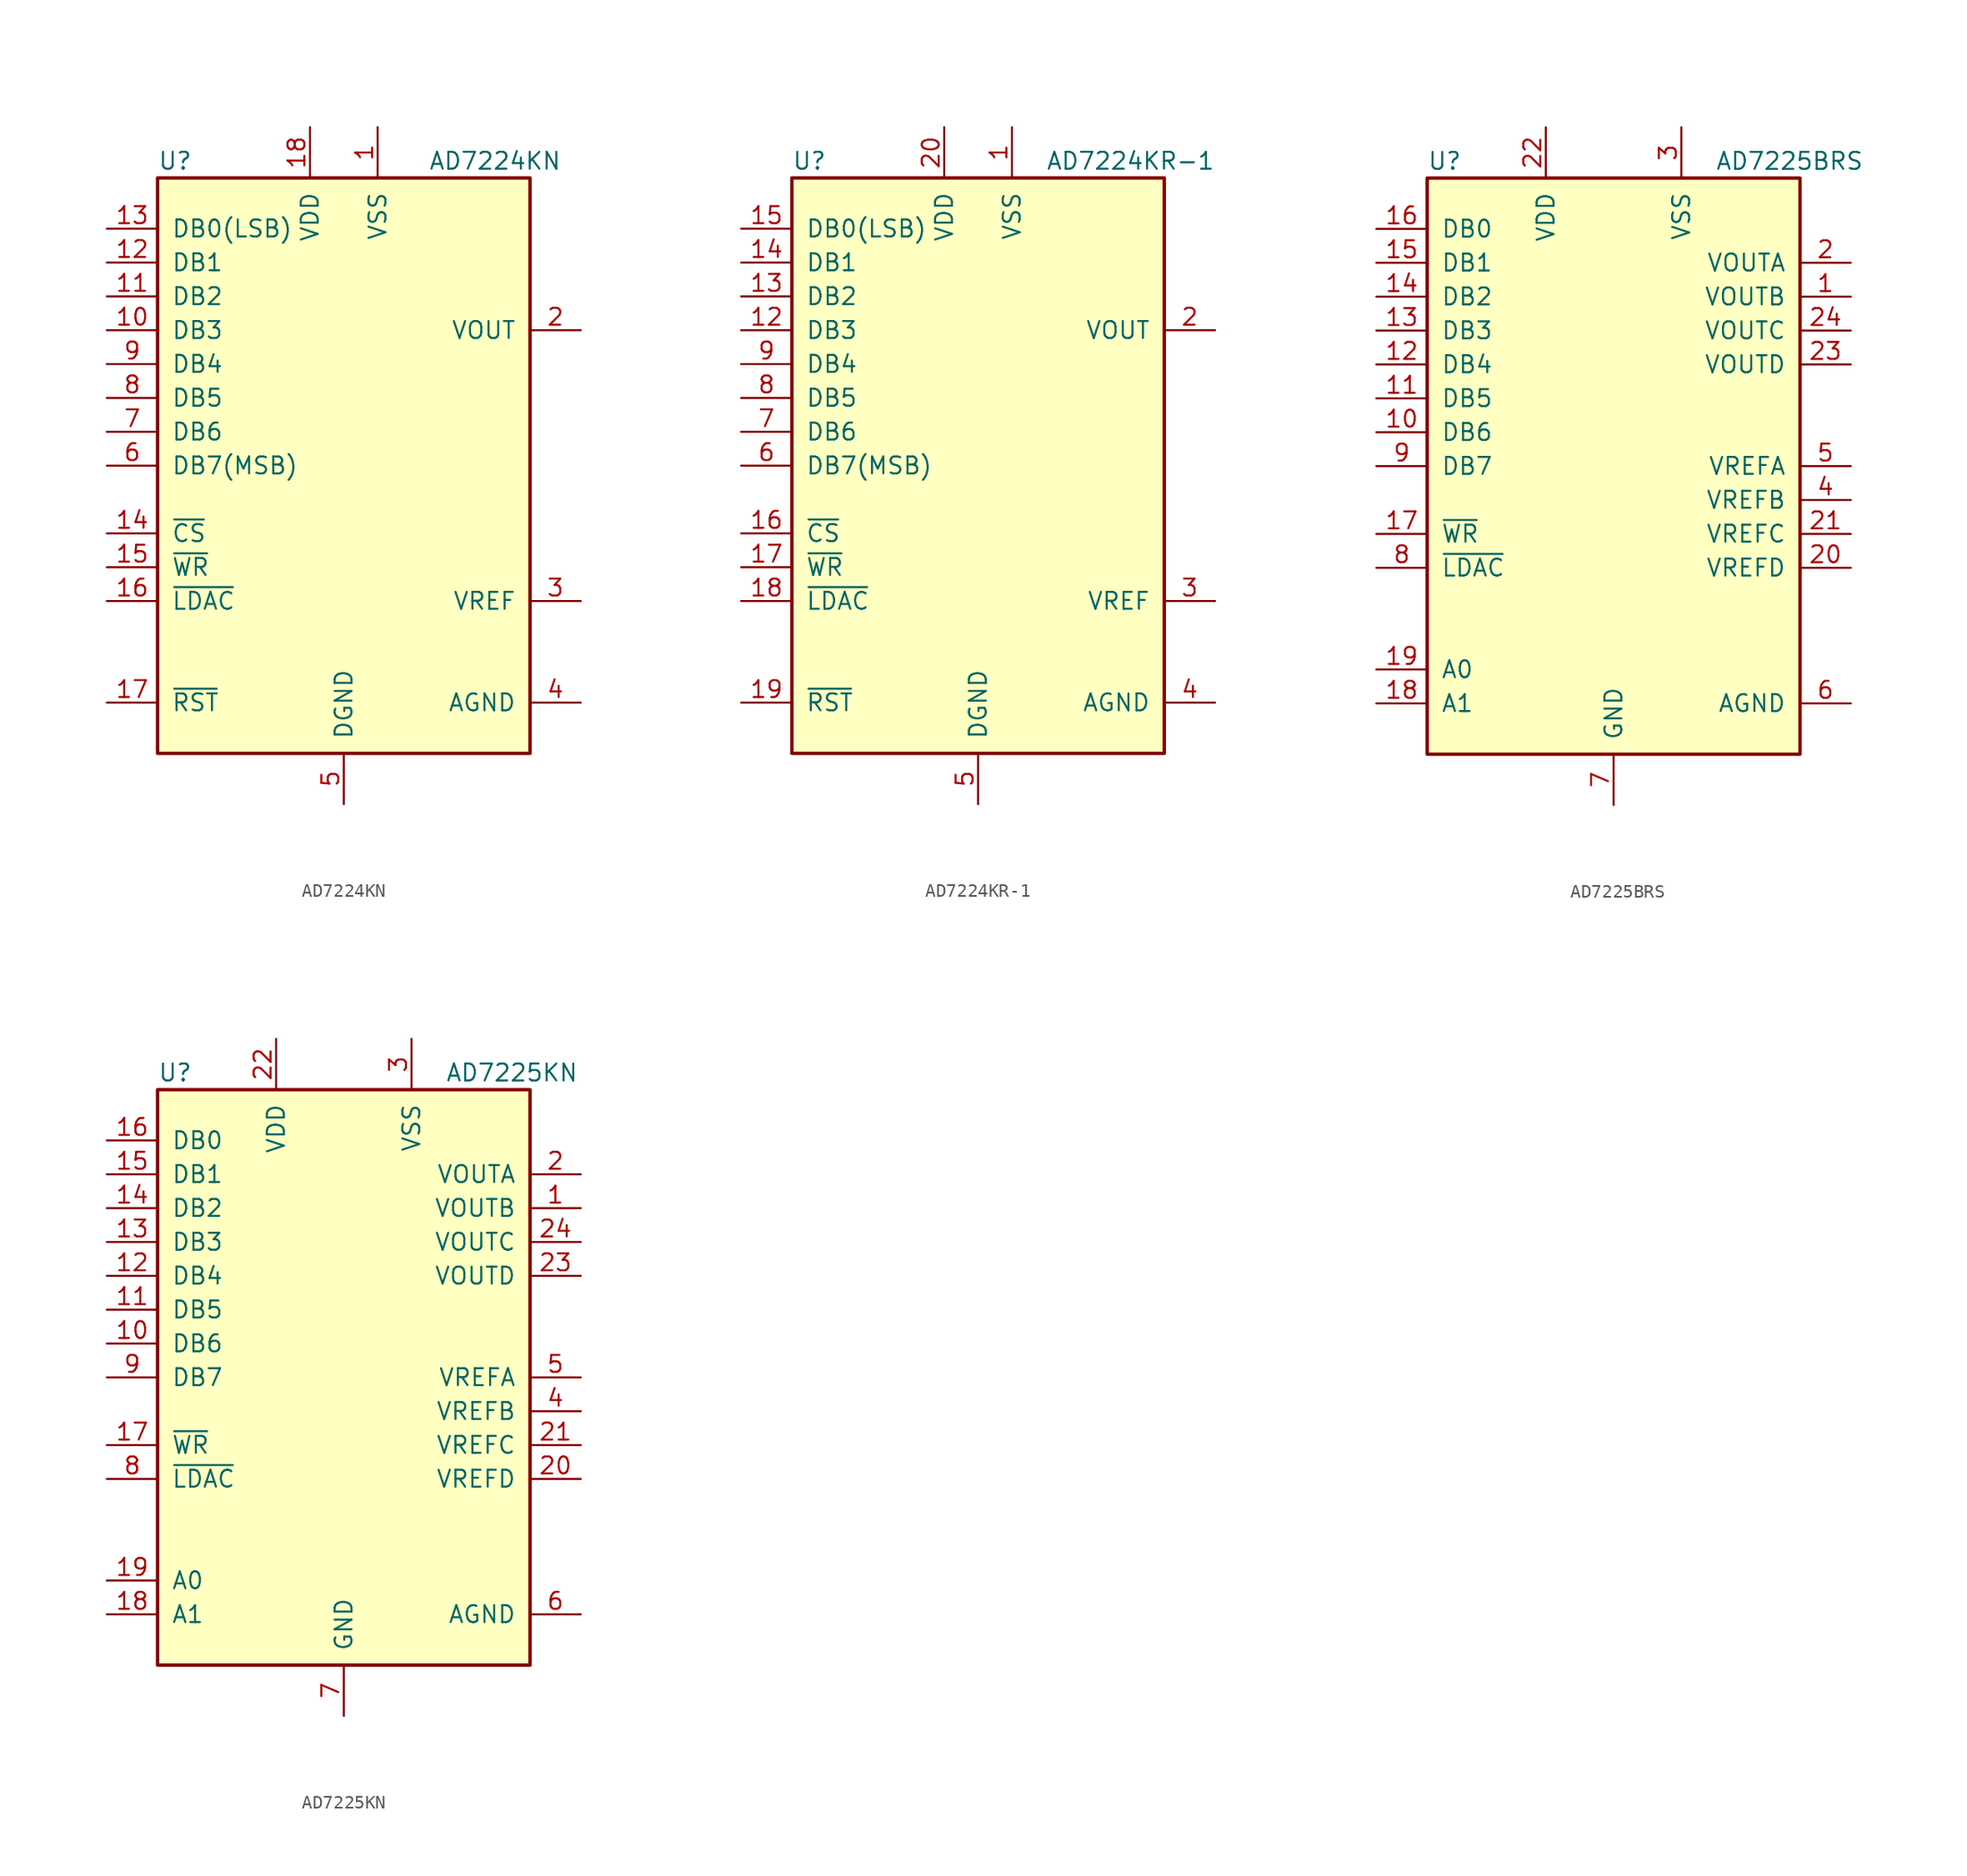
<source format=kicad_sym>
(kicad_symbol_lib
  (version 20201005)
  (generator kicad_symbol_editor)
  (symbol "Analog_DAC:AD7224KN"
    (pin_names
      (offset 1.016))
    (property "Reference" "U"
      (at -13.97 22.86 0)
      (effects (font (size 1.27 1.27)) (justify left)))
    (property "Value" "AD7224KN"
      (at 6.35 22.86 0)
      (effects (font (size 1.27 1.27)) (justify left)))
    (symbol "AD7224KN_1_1"
      (rectangle (start -13.97 -21.59) (end 13.97 21.59) (stroke (width 0.254)) (fill (type background)))
      (pin power_in line (at 2.54 25.4 270) (length 3.81) (name "VSS" (effects (font (size 1.27 1.27)))) (number "1" (effects (font (size 1.27 1.27)))))
      (pin input line (at -17.78 10.16 0) (length 3.81) (name "DB3" (effects (font (size 1.27 1.27)))) (number "10" (effects (font (size 1.27 1.27)))))
      (pin input line (at -17.78 12.7 0) (length 3.81) (name "DB2" (effects (font (size 1.27 1.27)))) (number "11" (effects (font (size 1.27 1.27)))))
      (pin input line (at -17.78 15.24 0) (length 3.81) (name "DB1" (effects (font (size 1.27 1.27)))) (number "12" (effects (font (size 1.27 1.27)))))
      (pin input line (at -17.78 17.78 0) (length 3.81) (name "DB0(LSB)" (effects (font (size 1.27 1.27)))) (number "13" (effects (font (size 1.27 1.27)))))
      (pin input line (at -17.78 -5.08 0) (length 3.81) (name "~CS" (effects (font (size 1.27 1.27)))) (number "14" (effects (font (size 1.27 1.27)))))
      (pin input line (at -17.78 -7.62 0) (length 3.81) (name "~WR" (effects (font (size 1.27 1.27)))) (number "15" (effects (font (size 1.27 1.27)))))
      (pin input line (at -17.78 -10.16 0) (length 3.81) (name "~LDAC" (effects (font (size 1.27 1.27)))) (number "16" (effects (font (size 1.27 1.27)))))
      (pin input line (at -17.78 -17.78 0) (length 3.81) (name "~RST" (effects (font (size 1.27 1.27)))) (number "17" (effects (font (size 1.27 1.27)))))
      (pin power_in line (at -2.54 25.4 270) (length 3.81) (name "VDD" (effects (font (size 1.27 1.27)))) (number "18" (effects (font (size 1.27 1.27)))))
      (pin output line (at 17.78 10.16 180) (length 3.81) (name "VOUT" (effects (font (size 1.27 1.27)))) (number "2" (effects (font (size 1.27 1.27)))))
      (pin passive line (at 17.78 -10.16 180) (length 3.81) (name "VREF" (effects (font (size 1.27 1.27)))) (number "3" (effects (font (size 1.27 1.27)))))
      (pin passive line (at 17.78 -17.78 180) (length 3.81) (name "AGND" (effects (font (size 1.27 1.27)))) (number "4" (effects (font (size 1.27 1.27)))))
      (pin power_in line (at 0 -25.4 90) (length 3.81) (name "DGND" (effects (font (size 1.27 1.27)))) (number "5" (effects (font (size 1.27 1.27)))))
      (pin input line (at -17.78 0 0) (length 3.81) (name "DB7(MSB)" (effects (font (size 1.27 1.27)))) (number "6" (effects (font (size 1.27 1.27)))))
      (pin input line (at -17.78 2.54 0) (length 3.81) (name "DB6" (effects (font (size 1.27 1.27)))) (number "7" (effects (font (size 1.27 1.27)))))
      (pin input line (at -17.78 5.08 0) (length 3.81) (name "DB5" (effects (font (size 1.27 1.27)))) (number "8" (effects (font (size 1.27 1.27)))))
      (pin input line (at -17.78 7.62 0) (length 3.81) (name "DB4" (effects (font (size 1.27 1.27)))) (number "9" (effects (font (size 1.27 1.27)))))))
  (symbol "Analog_DAC:AD7224KR-1"
    (pin_names
      (offset 1.016))
    (property "Reference" "U"
      (at -13.97 22.86 0)
      (effects (font (size 1.27 1.27)) (justify left)))
    (property "Value" "AD7224KR-1"
      (at 5.08 22.86 0)
      (effects (font (size 1.27 1.27)) (justify left)))
    (symbol "AD7224KR-1_1_1"
      (rectangle (start -13.97 -21.59) (end 13.97 21.59) (stroke (width 0.254)) (fill (type background)))
      (pin power_in line (at 2.54 25.4 270) (length 3.81) (name "VSS" (effects (font (size 1.27 1.27)))) (number "1" (effects (font (size 1.27 1.27)))))
      (pin input line (at -17.78 10.16 0) (length 3.81) (name "DB3" (effects (font (size 1.27 1.27)))) (number "12" (effects (font (size 1.27 1.27)))))
      (pin input line (at -17.78 12.7 0) (length 3.81) (name "DB2" (effects (font (size 1.27 1.27)))) (number "13" (effects (font (size 1.27 1.27)))))
      (pin input line (at -17.78 15.24 0) (length 3.81) (name "DB1" (effects (font (size 1.27 1.27)))) (number "14" (effects (font (size 1.27 1.27)))))
      (pin input line (at -17.78 17.78 0) (length 3.81) (name "DB0(LSB)" (effects (font (size 1.27 1.27)))) (number "15" (effects (font (size 1.27 1.27)))))
      (pin input line (at -17.78 -5.08 0) (length 3.81) (name "~CS" (effects (font (size 1.27 1.27)))) (number "16" (effects (font (size 1.27 1.27)))))
      (pin input line (at -17.78 -7.62 0) (length 3.81) (name "~WR" (effects (font (size 1.27 1.27)))) (number "17" (effects (font (size 1.27 1.27)))))
      (pin input line (at -17.78 -10.16 0) (length 3.81) (name "~LDAC" (effects (font (size 1.27 1.27)))) (number "18" (effects (font (size 1.27 1.27)))))
      (pin input line (at -17.78 -17.78 0) (length 3.81) (name "~RST" (effects (font (size 1.27 1.27)))) (number "19" (effects (font (size 1.27 1.27)))))
      (pin output line (at 17.78 10.16 180) (length 3.81) (name "VOUT" (effects (font (size 1.27 1.27)))) (number "2" (effects (font (size 1.27 1.27)))))
      (pin power_in line (at -2.54 25.4 270) (length 3.81) (name "VDD" (effects (font (size 1.27 1.27)))) (number "20" (effects (font (size 1.27 1.27)))))
      (pin passive line (at 17.78 -10.16 180) (length 3.81) (name "VREF" (effects (font (size 1.27 1.27)))) (number "3" (effects (font (size 1.27 1.27)))))
      (pin passive line (at 17.78 -17.78 180) (length 3.81) (name "AGND" (effects (font (size 1.27 1.27)))) (number "4" (effects (font (size 1.27 1.27)))))
      (pin power_in line (at 0 -25.4 90) (length 3.81) (name "DGND" (effects (font (size 1.27 1.27)))) (number "5" (effects (font (size 1.27 1.27)))))
      (pin input line (at -17.78 0 0) (length 3.81) (name "DB7(MSB)" (effects (font (size 1.27 1.27)))) (number "6" (effects (font (size 1.27 1.27)))))
      (pin input line (at -17.78 2.54 0) (length 3.81) (name "DB6" (effects (font (size 1.27 1.27)))) (number "7" (effects (font (size 1.27 1.27)))))
      (pin input line (at -17.78 5.08 0) (length 3.81) (name "DB5" (effects (font (size 1.27 1.27)))) (number "8" (effects (font (size 1.27 1.27)))))
      (pin input line (at -17.78 7.62 0) (length 3.81) (name "DB4" (effects (font (size 1.27 1.27)))) (number "9" (effects (font (size 1.27 1.27)))))))
  (symbol "Analog_DAC:AD7225BRS"
    (pin_names
      (offset 1.016))
    (property "Reference" "U"
      (at -13.97 22.86 0)
      (effects (font (size 1.27 1.27)) (justify left)))
    (property "Value" "AD7225BRS"
      (at 7.62 22.86 0)
      (effects (font (size 1.27 1.27)) (justify left)))
    (symbol "AD7225BRS_0_1"
      (rectangle (start -13.97 -21.59) (end 13.97 21.59) (stroke (width 0.254)) (fill (type background))))
    (symbol "AD7225BRS_1_1"
      (pin output line (at 17.78 12.7 180) (length 3.81) (name "VOUTB" (effects (font (size 1.27 1.27)))) (number "1" (effects (font (size 1.27 1.27)))))
      (pin input line (at -17.78 2.54 0) (length 3.81) (name "DB6" (effects (font (size 1.27 1.27)))) (number "10" (effects (font (size 1.27 1.27)))))
      (pin input line (at -17.78 5.08 0) (length 3.81) (name "DB5" (effects (font (size 1.27 1.27)))) (number "11" (effects (font (size 1.27 1.27)))))
      (pin input line (at -17.78 7.62 0) (length 3.81) (name "DB4" (effects (font (size 1.27 1.27)))) (number "12" (effects (font (size 1.27 1.27)))))
      (pin input line (at -17.78 10.16 0) (length 3.81) (name "DB3" (effects (font (size 1.27 1.27)))) (number "13" (effects (font (size 1.27 1.27)))))
      (pin input line (at -17.78 12.7 0) (length 3.81) (name "DB2" (effects (font (size 1.27 1.27)))) (number "14" (effects (font (size 1.27 1.27)))))
      (pin input line (at -17.78 15.24 0) (length 3.81) (name "DB1" (effects (font (size 1.27 1.27)))) (number "15" (effects (font (size 1.27 1.27)))))
      (pin input line (at -17.78 17.78 0) (length 3.81) (name "DB0" (effects (font (size 1.27 1.27)))) (number "16" (effects (font (size 1.27 1.27)))))
      (pin input line (at -17.78 -5.08 0) (length 3.81) (name "~WR" (effects (font (size 1.27 1.27)))) (number "17" (effects (font (size 1.27 1.27)))))
      (pin input line (at -17.78 -17.78 0) (length 3.81) (name "A1" (effects (font (size 1.27 1.27)))) (number "18" (effects (font (size 1.27 1.27)))))
      (pin input line (at -17.78 -15.24 0) (length 3.81) (name "A0" (effects (font (size 1.27 1.27)))) (number "19" (effects (font (size 1.27 1.27)))))
      (pin output line (at 17.78 15.24 180) (length 3.81) (name "VOUTA" (effects (font (size 1.27 1.27)))) (number "2" (effects (font (size 1.27 1.27)))))
      (pin input line (at 17.78 -7.62 180) (length 3.81) (name "VREFD" (effects (font (size 1.27 1.27)))) (number "20" (effects (font (size 1.27 1.27)))))
      (pin input line (at 17.78 -5.08 180) (length 3.81) (name "VREFC" (effects (font (size 1.27 1.27)))) (number "21" (effects (font (size 1.27 1.27)))))
      (pin power_in line (at -5.08 25.4 270) (length 3.81) (name "VDD" (effects (font (size 1.27 1.27)))) (number "22" (effects (font (size 1.27 1.27)))))
      (pin output line (at 17.78 7.62 180) (length 3.81) (name "VOUTD" (effects (font (size 1.27 1.27)))) (number "23" (effects (font (size 1.27 1.27)))))
      (pin output line (at 17.78 10.16 180) (length 3.81) (name "VOUTC" (effects (font (size 1.27 1.27)))) (number "24" (effects (font (size 1.27 1.27)))))
      (pin power_in line (at 5.08 25.4 270) (length 3.81) (name "VSS" (effects (font (size 1.27 1.27)))) (number "3" (effects (font (size 1.27 1.27)))))
      (pin input line (at 17.78 -2.54 180) (length 3.81) (name "VREFB" (effects (font (size 1.27 1.27)))) (number "4" (effects (font (size 1.27 1.27)))))
      (pin input line (at 17.78 0 180) (length 3.81) (name "VREFA" (effects (font (size 1.27 1.27)))) (number "5" (effects (font (size 1.27 1.27)))))
      (pin input line (at 17.78 -17.78 180) (length 3.81) (name "AGND" (effects (font (size 1.27 1.27)))) (number "6" (effects (font (size 1.27 1.27)))))
      (pin power_in line (at 0 -25.4 90) (length 3.81) (name "GND" (effects (font (size 1.27 1.27)))) (number "7" (effects (font (size 1.27 1.27)))))
      (pin input line (at -17.78 -7.62 0) (length 3.81) (name "~LDAC" (effects (font (size 1.27 1.27)))) (number "8" (effects (font (size 1.27 1.27)))))
      (pin input line (at -17.78 0 0) (length 3.81) (name "DB7" (effects (font (size 1.27 1.27)))) (number "9" (effects (font (size 1.27 1.27)))))))
  (symbol "Analog_DAC:AD7225KN"
    (pin_names
      (offset 1.016))
    (property "Reference" "U"
      (at -13.97 22.86 0)
      (effects (font (size 1.27 1.27)) (justify left)))
    (property "Value" "AD7225KN"
      (at 7.62 22.86 0)
      (effects (font (size 1.27 1.27)) (justify left)))
    (symbol "AD7225KN_0_1"
      (rectangle (start -13.97 -21.59) (end 13.97 21.59) (stroke (width 0.254)) (fill (type background))))
    (symbol "AD7225KN_1_1"
      (pin output line (at 17.78 12.7 180) (length 3.81) (name "VOUTB" (effects (font (size 1.27 1.27)))) (number "1" (effects (font (size 1.27 1.27)))))
      (pin input line (at -17.78 2.54 0) (length 3.81) (name "DB6" (effects (font (size 1.27 1.27)))) (number "10" (effects (font (size 1.27 1.27)))))
      (pin input line (at -17.78 5.08 0) (length 3.81) (name "DB5" (effects (font (size 1.27 1.27)))) (number "11" (effects (font (size 1.27 1.27)))))
      (pin input line (at -17.78 7.62 0) (length 3.81) (name "DB4" (effects (font (size 1.27 1.27)))) (number "12" (effects (font (size 1.27 1.27)))))
      (pin input line (at -17.78 10.16 0) (length 3.81) (name "DB3" (effects (font (size 1.27 1.27)))) (number "13" (effects (font (size 1.27 1.27)))))
      (pin input line (at -17.78 12.7 0) (length 3.81) (name "DB2" (effects (font (size 1.27 1.27)))) (number "14" (effects (font (size 1.27 1.27)))))
      (pin input line (at -17.78 15.24 0) (length 3.81) (name "DB1" (effects (font (size 1.27 1.27)))) (number "15" (effects (font (size 1.27 1.27)))))
      (pin input line (at -17.78 17.78 0) (length 3.81) (name "DB0" (effects (font (size 1.27 1.27)))) (number "16" (effects (font (size 1.27 1.27)))))
      (pin input line (at -17.78 -5.08 0) (length 3.81) (name "~WR" (effects (font (size 1.27 1.27)))) (number "17" (effects (font (size 1.27 1.27)))))
      (pin input line (at -17.78 -17.78 0) (length 3.81) (name "A1" (effects (font (size 1.27 1.27)))) (number "18" (effects (font (size 1.27 1.27)))))
      (pin input line (at -17.78 -15.24 0) (length 3.81) (name "A0" (effects (font (size 1.27 1.27)))) (number "19" (effects (font (size 1.27 1.27)))))
      (pin output line (at 17.78 15.24 180) (length 3.81) (name "VOUTA" (effects (font (size 1.27 1.27)))) (number "2" (effects (font (size 1.27 1.27)))))
      (pin input line (at 17.78 -7.62 180) (length 3.81) (name "VREFD" (effects (font (size 1.27 1.27)))) (number "20" (effects (font (size 1.27 1.27)))))
      (pin input line (at 17.78 -5.08 180) (length 3.81) (name "VREFC" (effects (font (size 1.27 1.27)))) (number "21" (effects (font (size 1.27 1.27)))))
      (pin power_in line (at -5.08 25.4 270) (length 3.81) (name "VDD" (effects (font (size 1.27 1.27)))) (number "22" (effects (font (size 1.27 1.27)))))
      (pin output line (at 17.78 7.62 180) (length 3.81) (name "VOUTD" (effects (font (size 1.27 1.27)))) (number "23" (effects (font (size 1.27 1.27)))))
      (pin output line (at 17.78 10.16 180) (length 3.81) (name "VOUTC" (effects (font (size 1.27 1.27)))) (number "24" (effects (font (size 1.27 1.27)))))
      (pin power_in line (at 5.08 25.4 270) (length 3.81) (name "VSS" (effects (font (size 1.27 1.27)))) (number "3" (effects (font (size 1.27 1.27)))))
      (pin input line (at 17.78 -2.54 180) (length 3.81) (name "VREFB" (effects (font (size 1.27 1.27)))) (number "4" (effects (font (size 1.27 1.27)))))
      (pin input line (at 17.78 0 180) (length 3.81) (name "VREFA" (effects (font (size 1.27 1.27)))) (number "5" (effects (font (size 1.27 1.27)))))
      (pin input line (at 17.78 -17.78 180) (length 3.81) (name "AGND" (effects (font (size 1.27 1.27)))) (number "6" (effects (font (size 1.27 1.27)))))
      (pin power_in line (at 0 -25.4 90) (length 3.81) (name "GND" (effects (font (size 1.27 1.27)))) (number "7" (effects (font (size 1.27 1.27)))))
      (pin input line (at -17.78 -7.62 0) (length 3.81) (name "~LDAC" (effects (font (size 1.27 1.27)))) (number "8" (effects (font (size 1.27 1.27)))))
      (pin input line (at -17.78 0 0) (length 3.81) (name "DB7" (effects (font (size 1.27 1.27)))) (number "9" (effects (font (size 1.27 1.27))))))))
</source>
